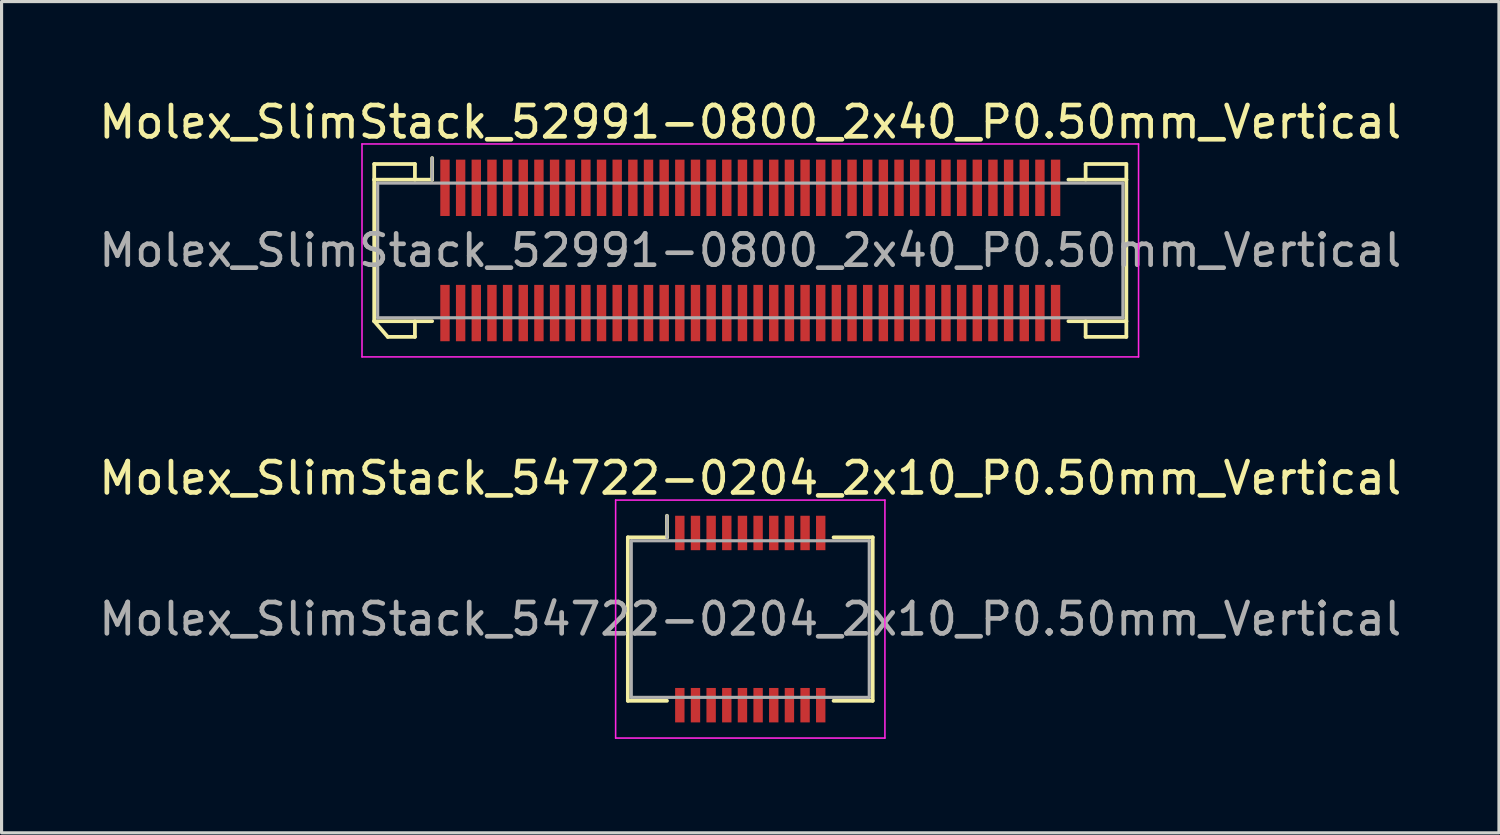
<source format=kicad_pcb>
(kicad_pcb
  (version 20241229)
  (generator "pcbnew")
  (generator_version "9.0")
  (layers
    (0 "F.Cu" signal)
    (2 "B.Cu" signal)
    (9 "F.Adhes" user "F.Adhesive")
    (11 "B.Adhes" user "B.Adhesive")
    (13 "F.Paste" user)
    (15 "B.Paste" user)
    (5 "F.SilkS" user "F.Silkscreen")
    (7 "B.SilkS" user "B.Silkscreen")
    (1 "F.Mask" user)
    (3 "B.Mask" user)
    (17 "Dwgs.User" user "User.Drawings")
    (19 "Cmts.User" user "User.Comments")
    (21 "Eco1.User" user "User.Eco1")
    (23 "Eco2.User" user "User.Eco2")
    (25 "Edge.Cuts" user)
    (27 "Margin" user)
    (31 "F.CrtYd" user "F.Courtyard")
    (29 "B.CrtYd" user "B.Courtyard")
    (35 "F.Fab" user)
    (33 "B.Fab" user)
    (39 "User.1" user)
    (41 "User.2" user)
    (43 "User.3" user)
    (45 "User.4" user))
  (footprint "Molex_SlimStack_52991-0800_2x40_P0.50mm_Vertical"
    (layer "F.Cu")
    (at 20.911 4.948)
    (property "Reference" "Molex_SlimStack_52991-0800_2x40_P0.50mm_Vertical" (at 0 -4.1 0) (layer "F.SilkS") (effects (font (size 1 1) (thickness 0.15))))
    (attr smd)
    (fp_line (start -12.01 -2.76) (end -10.71 -2.76) (stroke (width 0.12) (type solid)) (layer "F.SilkS"))
    (fp_line (start -12.01 -2.26) (end -12.01 -2.76) (stroke (width 0.12) (type solid)) (layer "F.SilkS"))
    (fp_line (start -12.01 -2.26) (end -10.16 -2.26) (stroke (width 0.12) (type solid)) (layer "F.SilkS"))
    (fp_line (start -12.01 2.26) (end -12.01 -2.26) (stroke (width 0.12) (type solid)) (layer "F.SilkS"))
    (fp_line (start -12.01 2.26) (end -11.577 2.76) (stroke (width 0.12) (type solid)) (layer "F.SilkS"))
    (fp_line (start -11.577 2.76) (end -10.71 2.76) (stroke (width 0.12) (type solid)) (layer "F.SilkS"))
    (fp_line (start -10.71 -2.76) (end -10.71 -2.26) (stroke (width 0.12) (type solid)) (layer "F.SilkS"))
    (fp_line (start -10.71 2.76) (end -10.71 2.26) (stroke (width 0.12) (type solid)) (layer "F.SilkS"))
    (fp_line (start -10.16 -2.26) (end -10.16 -2.95) (stroke (width 0.12) (type solid)) (layer "F.SilkS"))
    (fp_line (start -10.16 2.26) (end -12.01 2.26) (stroke (width 0.12) (type solid)) (layer "F.SilkS"))
    (fp_line (start 10.16 2.26) (end 12.01 2.26) (stroke (width 0.12) (type solid)) (layer "F.SilkS"))
    (fp_line (start 10.71 -2.76) (end 10.71 -2.26) (stroke (width 0.12) (type solid)) (layer "F.SilkS"))
    (fp_line (start 10.71 2.76) (end 10.71 2.26) (stroke (width 0.12) (type solid)) (layer "F.SilkS"))
    (fp_line (start 12.01 -2.76) (end 10.71 -2.76) (stroke (width 0.12) (type solid)) (layer "F.SilkS"))
    (fp_line (start 12.01 -2.26) (end 10.16 -2.26) (stroke (width 0.12) (type solid)) (layer "F.SilkS"))
    (fp_line (start 12.01 -2.26) (end 12.01 -2.76) (stroke (width 0.12) (type solid)) (layer "F.SilkS"))
    (fp_line (start 12.01 2.26) (end 12.01 -2.26) (stroke (width 0.12) (type solid)) (layer "F.SilkS"))
    (fp_line (start 12.01 2.26) (end 12.01 2.76) (stroke (width 0.12) (type solid)) (layer "F.SilkS"))
    (fp_line (start 12.01 2.76) (end 10.71 2.76) (stroke (width 0.12) (type solid)) (layer "F.SilkS"))
    (fp_line (start -12.4 -3.4) (end -12.4 3.4) (stroke (width 0.05) (type solid)) (layer "F.CrtYd"))
    (fp_line (start -12.4 3.4) (end 12.4 3.4) (stroke (width 0.05) (type solid)) (layer "F.CrtYd"))
    (fp_line (start 12.4 -3.4) (end -12.4 -3.4) (stroke (width 0.05) (type solid)) (layer "F.CrtYd"))
    (fp_line (start 12.4 3.4) (end 12.4 -3.4) (stroke (width 0.05) (type solid)) (layer "F.CrtYd"))
    (fp_line (start -11.9 -2.15) (end -11.9 2.15) (stroke (width 0.1) (type solid)) (layer "F.Fab"))
    (fp_line (start -11.9 2.15) (end 11.9 2.15) (stroke (width 0.1) (type solid)) (layer "F.Fab"))
    (fp_line (start -10.16 -2.26) (end -10.16 -2.95) (stroke (width 0.1) (type solid)) (layer "F.Fab"))
    (fp_line (start 11.9 -2.15) (end -11.9 -2.15) (stroke (width 0.1) (type solid)) (layer "F.Fab"))
    (fp_line (start 11.9 2.15) (end 11.9 -2.15) (stroke (width 0.1) (type solid)) (layer "F.Fab"))
    (fp_text user "${REFERENCE}" (at 0 0 0) (layer "F.Fab") (effects (font (size 1 1) (thickness 0.15))))
    (pad "1" smd rect (at -9.75 -2) (size 0.3 1.8) (layers "F.Cu" "F.Mask" "F.Paste"))
    (pad "2" smd rect (at -9.75 2) (size 0.3 1.8) (layers "F.Cu" "F.Mask" "F.Paste"))
    (pad "3" smd rect (at -9.25 -2) (size 0.3 1.8) (layers "F.Cu" "F.Mask" "F.Paste"))
    (pad "4" smd rect (at -9.25 2) (size 0.3 1.8) (layers "F.Cu" "F.Mask" "F.Paste"))
    (pad "5" smd rect (at -8.75 -2) (size 0.3 1.8) (layers "F.Cu" "F.Mask" "F.Paste"))
    (pad "6" smd rect (at -8.75 2) (size 0.3 1.8) (layers "F.Cu" "F.Mask" "F.Paste"))
    (pad "7" smd rect (at -8.25 -2) (size 0.3 1.8) (layers "F.Cu" "F.Mask" "F.Paste"))
    (pad "8" smd rect (at -8.25 2) (size 0.3 1.8) (layers "F.Cu" "F.Mask" "F.Paste"))
    (pad "9" smd rect (at -7.75 -2) (size 0.3 1.8) (layers "F.Cu" "F.Mask" "F.Paste"))
    (pad "10" smd rect (at -7.75 2) (size 0.3 1.8) (layers "F.Cu" "F.Mask" "F.Paste"))
    (pad "11" smd rect (at -7.25 -2) (size 0.3 1.8) (layers "F.Cu" "F.Mask" "F.Paste"))
    (pad "12" smd rect (at -7.25 2) (size 0.3 1.8) (layers "F.Cu" "F.Mask" "F.Paste"))
    (pad "13" smd rect (at -6.75 -2) (size 0.3 1.8) (layers "F.Cu" "F.Mask" "F.Paste"))
    (pad "14" smd rect (at -6.75 2) (size 0.3 1.8) (layers "F.Cu" "F.Mask" "F.Paste"))
    (pad "15" smd rect (at -6.25 -2) (size 0.3 1.8) (layers "F.Cu" "F.Mask" "F.Paste"))
    (pad "16" smd rect (at -6.25 2) (size 0.3 1.8) (layers "F.Cu" "F.Mask" "F.Paste"))
    (pad "17" smd rect (at -5.75 -2) (size 0.3 1.8) (layers "F.Cu" "F.Mask" "F.Paste"))
    (pad "18" smd rect (at -5.75 2) (size 0.3 1.8) (layers "F.Cu" "F.Mask" "F.Paste"))
    (pad "19" smd rect (at -5.25 -2) (size 0.3 1.8) (layers "F.Cu" "F.Mask" "F.Paste"))
    (pad "20" smd rect (at -5.25 2) (size 0.3 1.8) (layers "F.Cu" "F.Mask" "F.Paste"))
    (pad "21" smd rect (at -4.75 -2) (size 0.3 1.8) (layers "F.Cu" "F.Mask" "F.Paste"))
    (pad "22" smd rect (at -4.75 2) (size 0.3 1.8) (layers "F.Cu" "F.Mask" "F.Paste"))
    (pad "23" smd rect (at -4.25 -2) (size 0.3 1.8) (layers "F.Cu" "F.Mask" "F.Paste"))
    (pad "24" smd rect (at -4.25 2) (size 0.3 1.8) (layers "F.Cu" "F.Mask" "F.Paste"))
    (pad "25" smd rect (at -3.75 -2) (size 0.3 1.8) (layers "F.Cu" "F.Mask" "F.Paste"))
    (pad "26" smd rect (at -3.75 2) (size 0.3 1.8) (layers "F.Cu" "F.Mask" "F.Paste"))
    (pad "27" smd rect (at -3.25 -2) (size 0.3 1.8) (layers "F.Cu" "F.Mask" "F.Paste"))
    (pad "28" smd rect (at -3.25 2) (size 0.3 1.8) (layers "F.Cu" "F.Mask" "F.Paste"))
    (pad "29" smd rect (at -2.75 -2) (size 0.3 1.8) (layers "F.Cu" "F.Mask" "F.Paste"))
    (pad "30" smd rect (at -2.75 2) (size 0.3 1.8) (layers "F.Cu" "F.Mask" "F.Paste"))
    (pad "31" smd rect (at -2.25 -2) (size 0.3 1.8) (layers "F.Cu" "F.Mask" "F.Paste"))
    (pad "32" smd rect (at -2.25 2) (size 0.3 1.8) (layers "F.Cu" "F.Mask" "F.Paste"))
    (pad "33" smd rect (at -1.75 -2) (size 0.3 1.8) (layers "F.Cu" "F.Mask" "F.Paste"))
    (pad "34" smd rect (at -1.75 2) (size 0.3 1.8) (layers "F.Cu" "F.Mask" "F.Paste"))
    (pad "35" smd rect (at -1.25 -2) (size 0.3 1.8) (layers "F.Cu" "F.Mask" "F.Paste"))
    (pad "36" smd rect (at -1.25 2) (size 0.3 1.8) (layers "F.Cu" "F.Mask" "F.Paste"))
    (pad "37" smd rect (at -0.75 -2) (size 0.3 1.8) (layers "F.Cu" "F.Mask" "F.Paste"))
    (pad "38" smd rect (at -0.75 2) (size 0.3 1.8) (layers "F.Cu" "F.Mask" "F.Paste"))
    (pad "39" smd rect (at -0.25 -2) (size 0.3 1.8) (layers "F.Cu" "F.Mask" "F.Paste"))
    (pad "40" smd rect (at -0.25 2) (size 0.3 1.8) (layers "F.Cu" "F.Mask" "F.Paste"))
    (pad "41" smd rect (at 0.25 -2) (size 0.3 1.8) (layers "F.Cu" "F.Mask" "F.Paste"))
    (pad "42" smd rect (at 0.25 2) (size 0.3 1.8) (layers "F.Cu" "F.Mask" "F.Paste"))
    (pad "43" smd rect (at 0.75 -2) (size 0.3 1.8) (layers "F.Cu" "F.Mask" "F.Paste"))
    (pad "44" smd rect (at 0.75 2) (size 0.3 1.8) (layers "F.Cu" "F.Mask" "F.Paste"))
    (pad "45" smd rect (at 1.25 -2) (size 0.3 1.8) (layers "F.Cu" "F.Mask" "F.Paste"))
    (pad "46" smd rect (at 1.25 2) (size 0.3 1.8) (layers "F.Cu" "F.Mask" "F.Paste"))
    (pad "47" smd rect (at 1.75 -2) (size 0.3 1.8) (layers "F.Cu" "F.Mask" "F.Paste"))
    (pad "48" smd rect (at 1.75 2) (size 0.3 1.8) (layers "F.Cu" "F.Mask" "F.Paste"))
    (pad "49" smd rect (at 2.25 -2) (size 0.3 1.8) (layers "F.Cu" "F.Mask" "F.Paste"))
    (pad "50" smd rect (at 2.25 2) (size 0.3 1.8) (layers "F.Cu" "F.Mask" "F.Paste"))
    (pad "51" smd rect (at 2.75 -2) (size 0.3 1.8) (layers "F.Cu" "F.Mask" "F.Paste"))
    (pad "52" smd rect (at 2.75 2) (size 0.3 1.8) (layers "F.Cu" "F.Mask" "F.Paste"))
    (pad "53" smd rect (at 3.25 -2) (size 0.3 1.8) (layers "F.Cu" "F.Mask" "F.Paste"))
    (pad "54" smd rect (at 3.25 2) (size 0.3 1.8) (layers "F.Cu" "F.Mask" "F.Paste"))
    (pad "55" smd rect (at 3.75 -2) (size 0.3 1.8) (layers "F.Cu" "F.Mask" "F.Paste"))
    (pad "56" smd rect (at 3.75 2) (size 0.3 1.8) (layers "F.Cu" "F.Mask" "F.Paste"))
    (pad "57" smd rect (at 4.25 -2) (size 0.3 1.8) (layers "F.Cu" "F.Mask" "F.Paste"))
    (pad "58" smd rect (at 4.25 2) (size 0.3 1.8) (layers "F.Cu" "F.Mask" "F.Paste"))
    (pad "59" smd rect (at 4.75 -2) (size 0.3 1.8) (layers "F.Cu" "F.Mask" "F.Paste"))
    (pad "60" smd rect (at 4.75 2) (size 0.3 1.8) (layers "F.Cu" "F.Mask" "F.Paste"))
    (pad "61" smd rect (at 5.25 -2) (size 0.3 1.8) (layers "F.Cu" "F.Mask" "F.Paste"))
    (pad "62" smd rect (at 5.25 2) (size 0.3 1.8) (layers "F.Cu" "F.Mask" "F.Paste"))
    (pad "63" smd rect (at 5.75 -2) (size 0.3 1.8) (layers "F.Cu" "F.Mask" "F.Paste"))
    (pad "64" smd rect (at 5.75 2) (size 0.3 1.8) (layers "F.Cu" "F.Mask" "F.Paste"))
    (pad "65" smd rect (at 6.25 -2) (size 0.3 1.8) (layers "F.Cu" "F.Mask" "F.Paste"))
    (pad "66" smd rect (at 6.25 2) (size 0.3 1.8) (layers "F.Cu" "F.Mask" "F.Paste"))
    (pad "67" smd rect (at 6.75 -2) (size 0.3 1.8) (layers "F.Cu" "F.Mask" "F.Paste"))
    (pad "68" smd rect (at 6.75 2) (size 0.3 1.8) (layers "F.Cu" "F.Mask" "F.Paste"))
    (pad "69" smd rect (at 7.25 -2) (size 0.3 1.8) (layers "F.Cu" "F.Mask" "F.Paste"))
    (pad "70" smd rect (at 7.25 2) (size 0.3 1.8) (layers "F.Cu" "F.Mask" "F.Paste"))
    (pad "71" smd rect (at 7.75 -2) (size 0.3 1.8) (layers "F.Cu" "F.Mask" "F.Paste"))
    (pad "72" smd rect (at 7.75 2) (size 0.3 1.8) (layers "F.Cu" "F.Mask" "F.Paste"))
    (pad "73" smd rect (at 8.25 -2) (size 0.3 1.8) (layers "F.Cu" "F.Mask" "F.Paste"))
    (pad "74" smd rect (at 8.25 2) (size 0.3 1.8) (layers "F.Cu" "F.Mask" "F.Paste"))
    (pad "75" smd rect (at 8.75 -2) (size 0.3 1.8) (layers "F.Cu" "F.Mask" "F.Paste"))
    (pad "76" smd rect (at 8.75 2) (size 0.3 1.8) (layers "F.Cu" "F.Mask" "F.Paste"))
    (pad "77" smd rect (at 9.25 -2) (size 0.3 1.8) (layers "F.Cu" "F.Mask" "F.Paste"))
    (pad "78" smd rect (at 9.25 2) (size 0.3 1.8) (layers "F.Cu" "F.Mask" "F.Paste"))
    (pad "79" smd rect (at 9.75 -2) (size 0.3 1.8) (layers "F.Cu" "F.Mask" "F.Paste"))
    (pad "80" smd rect (at 9.75 2) (size 0.3 1.8) (layers "F.Cu" "F.Mask" "F.Paste")))
  (footprint "Molex_SlimStack_54722-0204_2x10_P0.50mm_Vertical"
    (layer "F.Cu")
    (at 20.911 16.721)
    (property "Reference" "Molex_SlimStack_54722-0204_2x10_P0.50mm_Vertical" (at 0 -4.5 0) (layer "F.SilkS") (effects (font (size 1 1) (thickness 0.15))))
    (attr smd)
    (fp_line (start -3.91 -2.61) (end -2.66 -2.61) (stroke (width 0.12) (type solid)) (layer "F.SilkS"))
    (fp_line (start -3.91 2.61) (end -3.91 -2.61) (stroke (width 0.12) (type solid)) (layer "F.SilkS"))
    (fp_line (start -2.66 -2.61) (end -2.66 -3.3) (stroke (width 0.12) (type solid)) (layer "F.SilkS"))
    (fp_line (start -2.66 2.61) (end -3.91 2.61) (stroke (width 0.12) (type solid)) (layer "F.SilkS"))
    (fp_line (start 2.66 2.61) (end 3.91 2.61) (stroke (width 0.12) (type solid)) (layer "F.SilkS"))
    (fp_line (start 3.91 -2.61) (end 2.66 -2.61) (stroke (width 0.12) (type solid)) (layer "F.SilkS"))
    (fp_line (start 3.91 2.61) (end 3.91 -2.61) (stroke (width 0.12) (type solid)) (layer "F.SilkS"))
    (fp_line (start -4.3 -3.8) (end -4.3 3.8) (stroke (width 0.05) (type solid)) (layer "F.CrtYd"))
    (fp_line (start -4.3 3.8) (end 4.3 3.8) (stroke (width 0.05) (type solid)) (layer "F.CrtYd"))
    (fp_line (start 4.3 -3.8) (end -4.3 -3.8) (stroke (width 0.05) (type solid)) (layer "F.CrtYd"))
    (fp_line (start 4.3 3.8) (end 4.3 -3.8) (stroke (width 0.05) (type solid)) (layer "F.CrtYd"))
    (fp_line (start -3.8 -2.5) (end -3.8 2.5) (stroke (width 0.1) (type solid)) (layer "F.Fab"))
    (fp_line (start -3.8 2.5) (end 3.8 2.5) (stroke (width 0.1) (type solid)) (layer "F.Fab"))
    (fp_line (start -2.66 -2.61) (end -2.66 -3.3) (stroke (width 0.1) (type solid)) (layer "F.Fab"))
    (fp_line (start 3.8 -2.5) (end -3.8 -2.5) (stroke (width 0.1) (type solid)) (layer "F.Fab"))
    (fp_line (start 3.8 2.5) (end 3.8 -2.5) (stroke (width 0.1) (type solid)) (layer "F.Fab"))
    (fp_text user "${REFERENCE}" (at 0 0 0) (layer "F.Fab") (effects (font (size 1 1) (thickness 0.15))))
    (pad "1" smd rect (at -2.25 -2.75) (size 0.3 1.1) (layers "F.Cu" "F.Mask" "F.Paste"))
    (pad "2" smd rect (at -2.25 2.75) (size 0.3 1.1) (layers "F.Cu" "F.Mask" "F.Paste"))
    (pad "3" smd rect (at -1.75 -2.75) (size 0.3 1.1) (layers "F.Cu" "F.Mask" "F.Paste"))
    (pad "4" smd rect (at -1.75 2.75) (size 0.3 1.1) (layers "F.Cu" "F.Mask" "F.Paste"))
    (pad "5" smd rect (at -1.25 -2.75) (size 0.3 1.1) (layers "F.Cu" "F.Mask" "F.Paste"))
    (pad "6" smd rect (at -1.25 2.75) (size 0.3 1.1) (layers "F.Cu" "F.Mask" "F.Paste"))
    (pad "7" smd rect (at -0.75 -2.75) (size 0.3 1.1) (layers "F.Cu" "F.Mask" "F.Paste"))
    (pad "8" smd rect (at -0.75 2.75) (size 0.3 1.1) (layers "F.Cu" "F.Mask" "F.Paste"))
    (pad "9" smd rect (at -0.25 -2.75) (size 0.3 1.1) (layers "F.Cu" "F.Mask" "F.Paste"))
    (pad "10" smd rect (at -0.25 2.75) (size 0.3 1.1) (layers "F.Cu" "F.Mask" "F.Paste"))
    (pad "11" smd rect (at 0.25 -2.75) (size 0.3 1.1) (layers "F.Cu" "F.Mask" "F.Paste"))
    (pad "12" smd rect (at 0.25 2.75) (size 0.3 1.1) (layers "F.Cu" "F.Mask" "F.Paste"))
    (pad "13" smd rect (at 0.75 -2.75) (size 0.3 1.1) (layers "F.Cu" "F.Mask" "F.Paste"))
    (pad "14" smd rect (at 0.75 2.75) (size 0.3 1.1) (layers "F.Cu" "F.Mask" "F.Paste"))
    (pad "15" smd rect (at 1.25 -2.75) (size 0.3 1.1) (layers "F.Cu" "F.Mask" "F.Paste"))
    (pad "16" smd rect (at 1.25 2.75) (size 0.3 1.1) (layers "F.Cu" "F.Mask" "F.Paste"))
    (pad "17" smd rect (at 1.75 -2.75) (size 0.3 1.1) (layers "F.Cu" "F.Mask" "F.Paste"))
    (pad "18" smd rect (at 1.75 2.75) (size 0.3 1.1) (layers "F.Cu" "F.Mask" "F.Paste"))
    (pad "19" smd rect (at 2.25 -2.75) (size 0.3 1.1) (layers "F.Cu" "F.Mask" "F.Paste"))
    (pad "20" smd rect (at 2.25 2.75) (size 0.3 1.1) (layers "F.Cu" "F.Mask" "F.Paste")))
  (gr_rect
    (start -3 -3)
    (end 44.821 23.547)
    (stroke (width 0.1) (type default))
    (fill no)
    (layer "Edge.Cuts")))
</source>
